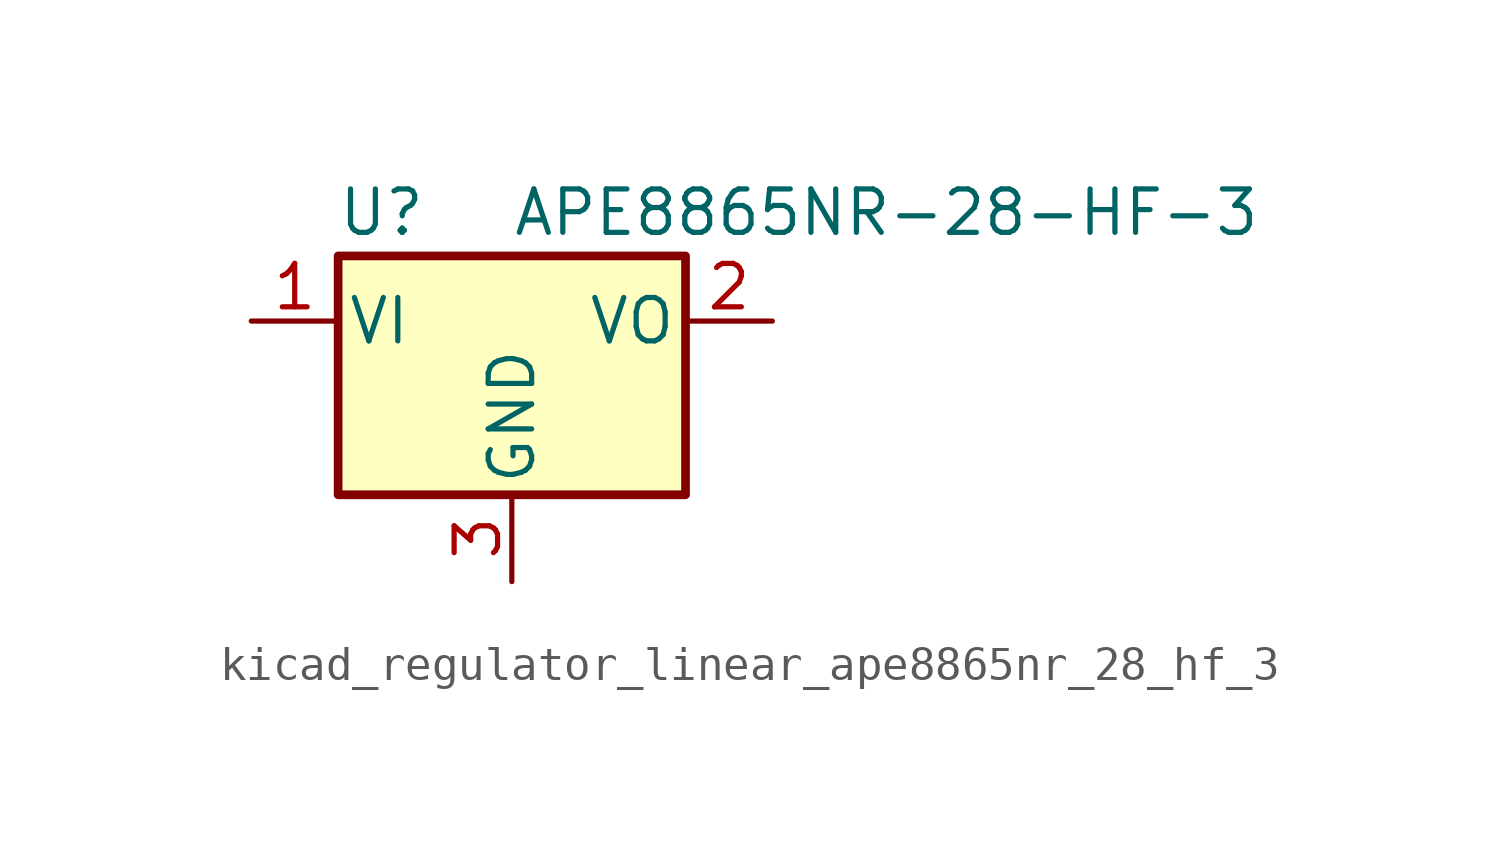
<source format=kicad_sym>
(kicad_symbol_lib
  (version 20220914)
  (generator kicad_symbol_editor)
  (symbol "kicad_regulator_linear_ape8865nr_28_hf_3"
    (pin_names
      (offset 0.254))
    (property "Reference" "U"
      (at -3.81 3.175 0)
      (effects (font (size 1.27 1.27))))
    (property "Value" "APE8865NR-28-HF-3"
      (at 0 3.175 0)
      (effects (font (size 1.27 1.27)) (justify left)))
    (symbol "kicad_regulator_linear_ape8865nr_28_hf_3_0_1"
      (rectangle (start -5.08 1.905) (end 5.08 -5.08) (stroke (width 0.254) (type default)) (fill (type background))))
    (symbol "kicad_regulator_linear_ape8865nr_28_hf_3_1_1"
      (pin power_in line (at -7.62 0 0) (length 2.54) (name "VI" (effects (font (size 1.27 1.27)))) (number "1" (effects (font (size 1.27 1.27)))))
      (pin power_out line (at 7.62 0 180) (length 2.54) (name "VO" (effects (font (size 1.27 1.27)))) (number "2" (effects (font (size 1.27 1.27)))))
      (pin power_in line (at 0 -7.62 90) (length 2.54) (name "GND" (effects (font (size 1.27 1.27)))) (number "3" (effects (font (size 1.27 1.27))))))))
</source>
